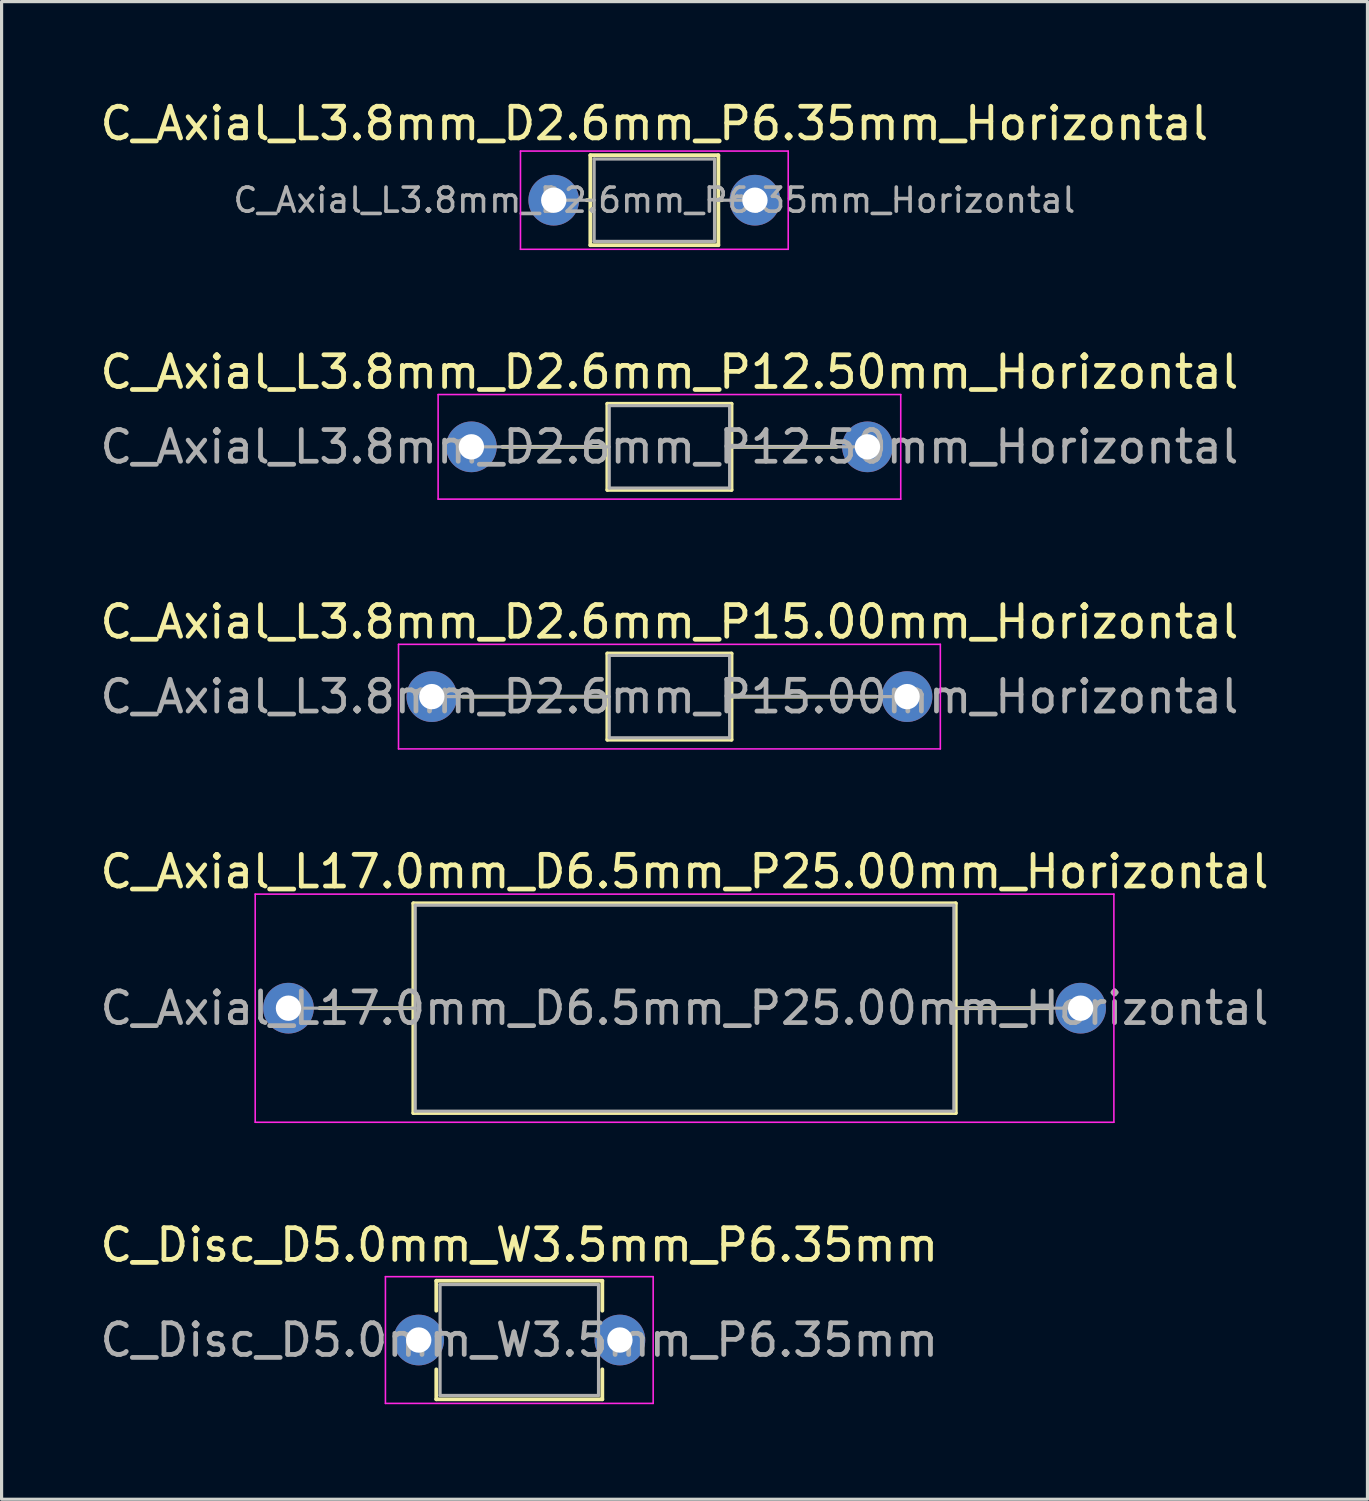
<source format=kicad_pcb>
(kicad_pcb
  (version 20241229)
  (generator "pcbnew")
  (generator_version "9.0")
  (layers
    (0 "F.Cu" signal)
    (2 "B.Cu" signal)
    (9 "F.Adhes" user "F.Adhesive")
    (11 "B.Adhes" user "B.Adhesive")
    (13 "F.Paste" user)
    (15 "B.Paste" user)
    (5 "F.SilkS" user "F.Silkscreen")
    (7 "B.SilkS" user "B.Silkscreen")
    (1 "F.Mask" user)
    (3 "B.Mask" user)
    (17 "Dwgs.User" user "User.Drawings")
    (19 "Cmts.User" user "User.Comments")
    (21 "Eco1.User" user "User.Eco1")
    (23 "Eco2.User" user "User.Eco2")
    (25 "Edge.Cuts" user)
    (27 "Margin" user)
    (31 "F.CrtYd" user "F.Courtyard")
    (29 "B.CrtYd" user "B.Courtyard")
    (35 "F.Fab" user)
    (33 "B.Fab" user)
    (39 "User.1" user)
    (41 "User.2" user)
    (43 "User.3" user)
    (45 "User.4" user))
  (footprint "C_Disc_D5.0mm_W3.5mm_P6.35mm"
    (layer "F.Cu")
    (at 10.164 39.241)
    (property "Reference" "C_Disc_D5.0mm_W3.5mm_P6.35mm" (at 3.175 -3 0) (layer "F.SilkS") (effects (font (size 1 1) (thickness 0.15))))
    (attr through_hole)
    (fp_line (start 0.555 -1.87) (end 0.555 -0.925) (stroke (width 0.12) (type solid)) (layer "F.SilkS"))
    (fp_line (start 0.555 -1.87) (end 5.795 -1.87) (stroke (width 0.12) (type solid)) (layer "F.SilkS"))
    (fp_line (start 0.555 0.925) (end 0.555 1.87) (stroke (width 0.12) (type solid)) (layer "F.SilkS"))
    (fp_line (start 0.555 1.87) (end 5.795 1.87) (stroke (width 0.12) (type solid)) (layer "F.SilkS"))
    (fp_line (start 5.795 -1.87) (end 5.795 -0.925) (stroke (width 0.12) (type solid)) (layer "F.SilkS"))
    (fp_line (start 5.795 0.925) (end 5.795 1.87) (stroke (width 0.12) (type solid)) (layer "F.SilkS"))
    (fp_line (start -1.05 -2) (end -1.05 2) (stroke (width 0.05) (type solid)) (layer "F.CrtYd"))
    (fp_line (start -1.05 2) (end 7.4 2) (stroke (width 0.05) (type solid)) (layer "F.CrtYd"))
    (fp_line (start 7.4 -2) (end -1.05 -2) (stroke (width 0.05) (type solid)) (layer "F.CrtYd"))
    (fp_line (start 7.4 2) (end 7.4 -2) (stroke (width 0.05) (type solid)) (layer "F.CrtYd"))
    (fp_line (start 0.675 -1.75) (end 0.675 1.75) (stroke (width 0.1) (type solid)) (layer "F.Fab"))
    (fp_line (start 0.675 1.75) (end 5.675 1.75) (stroke (width 0.1) (type solid)) (layer "F.Fab"))
    (fp_line (start 5.675 -1.75) (end 0.675 -1.75) (stroke (width 0.1) (type solid)) (layer "F.Fab"))
    (fp_line (start 5.675 1.75) (end 5.675 -1.75) (stroke (width 0.1) (type solid)) (layer "F.Fab"))
    (fp_text user "${REFERENCE}" (at 3.175 0 0) (layer "F.Fab") (effects (font (size 1 1) (thickness 0.15))))
    (pad "1" thru_hole circle (at 0 0) (size 1.6 1.6) (drill 0.8) (layers "*.Cu" "*.Mask"))
    (pad "2" thru_hole circle (at 6.35 0) (size 1.6 1.6) (drill 0.8) (layers "*.Cu" "*.Mask")))
  (footprint "C_Axial_L3.8mm_D2.6mm_P6.35mm_Horizontal"
    (layer "F.Cu")
    (at 14.426 3.268)
    (property "Reference" "C_Axial_L3.8mm_D2.6mm_P6.35mm_Horizontal" (at 3.175 -2.42 0) (layer "F.SilkS") (effects (font (size 1 1) (thickness 0.15))))
    (attr through_hole)
    (fp_line (start 1.04 0) (end 1.155 0) (stroke (width 0.12) (type solid)) (layer "F.SilkS"))
    (fp_line (start 1.155 -1.42) (end 1.155 1.42) (stroke (width 0.12) (type solid)) (layer "F.SilkS"))
    (fp_line (start 1.155 1.42) (end 5.195 1.42) (stroke (width 0.12) (type solid)) (layer "F.SilkS"))
    (fp_line (start 5.195 -1.42) (end 1.155 -1.42) (stroke (width 0.12) (type solid)) (layer "F.SilkS"))
    (fp_line (start 5.195 1.42) (end 5.195 -1.42) (stroke (width 0.12) (type solid)) (layer "F.SilkS"))
    (fp_line (start 5.31 0) (end 5.195 0) (stroke (width 0.12) (type solid)) (layer "F.SilkS"))
    (fp_line (start -1.05 -1.55) (end -1.05 1.55) (stroke (width 0.05) (type solid)) (layer "F.CrtYd"))
    (fp_line (start -1.05 1.55) (end 7.4 1.55) (stroke (width 0.05) (type solid)) (layer "F.CrtYd"))
    (fp_line (start 7.4 -1.55) (end -1.05 -1.55) (stroke (width 0.05) (type solid)) (layer "F.CrtYd"))
    (fp_line (start 7.4 1.55) (end 7.4 -1.55) (stroke (width 0.05) (type solid)) (layer "F.CrtYd"))
    (fp_line (start 0 0) (end 1.275 0) (stroke (width 0.1) (type solid)) (layer "F.Fab"))
    (fp_line (start 1.275 -1.3) (end 1.275 1.3) (stroke (width 0.1) (type solid)) (layer "F.Fab"))
    (fp_line (start 1.275 1.3) (end 5.075 1.3) (stroke (width 0.1) (type solid)) (layer "F.Fab"))
    (fp_line (start 5.075 -1.3) (end 1.275 -1.3) (stroke (width 0.1) (type solid)) (layer "F.Fab"))
    (fp_line (start 5.075 1.3) (end 5.075 -1.3) (stroke (width 0.1) (type solid)) (layer "F.Fab"))
    (fp_line (start 6.35 0) (end 5.075 0) (stroke (width 0.1) (type solid)) (layer "F.Fab"))
    (fp_text user "${REFERENCE}" (at 3.175 0 0) (layer "F.Fab") (effects (font (size 0.76 0.76) (thickness 0.114))))
    (pad "1" thru_hole circle (at 0 0) (size 1.6 1.6) (drill 0.8) (layers "*.Cu" "*.Mask"))
    (pad "2" thru_hole circle (at 6.35 0) (size 1.6 1.6) (drill 0.8) (layers "*.Cu" "*.Mask")))
  (footprint "C_Axial_L3.8mm_D2.6mm_P12.50mm_Horizontal"
    (layer "F.Cu")
    (at 11.827 11.052)
    (property "Reference" "C_Axial_L3.8mm_D2.6mm_P12.50mm_Horizontal" (at 6.25 -2.36 0) (layer "F.SilkS") (effects (font (size 1 1) (thickness 0.15))))
    (attr through_hole)
    (fp_line (start 0.98 0) (end 4.29 0) (stroke (width 0.12) (type solid)) (layer "F.SilkS"))
    (fp_line (start 4.29 -1.36) (end 4.29 1.36) (stroke (width 0.12) (type solid)) (layer "F.SilkS"))
    (fp_line (start 4.29 1.36) (end 8.21 1.36) (stroke (width 0.12) (type solid)) (layer "F.SilkS"))
    (fp_line (start 8.21 -1.36) (end 4.29 -1.36) (stroke (width 0.12) (type solid)) (layer "F.SilkS"))
    (fp_line (start 8.21 1.36) (end 8.21 -1.36) (stroke (width 0.12) (type solid)) (layer "F.SilkS"))
    (fp_line (start 11.52 0) (end 8.21 0) (stroke (width 0.12) (type solid)) (layer "F.SilkS"))
    (fp_line (start -1.05 -1.65) (end -1.05 1.65) (stroke (width 0.05) (type solid)) (layer "F.CrtYd"))
    (fp_line (start -1.05 1.65) (end 13.55 1.65) (stroke (width 0.05) (type solid)) (layer "F.CrtYd"))
    (fp_line (start 13.55 -1.65) (end -1.05 -1.65) (stroke (width 0.05) (type solid)) (layer "F.CrtYd"))
    (fp_line (start 13.55 1.65) (end 13.55 -1.65) (stroke (width 0.05) (type solid)) (layer "F.CrtYd"))
    (fp_line (start 0 0) (end 4.35 0) (stroke (width 0.1) (type solid)) (layer "F.Fab"))
    (fp_line (start 4.35 -1.3) (end 4.35 1.3) (stroke (width 0.1) (type solid)) (layer "F.Fab"))
    (fp_line (start 4.35 1.3) (end 8.15 1.3) (stroke (width 0.1) (type solid)) (layer "F.Fab"))
    (fp_line (start 8.15 -1.3) (end 4.35 -1.3) (stroke (width 0.1) (type solid)) (layer "F.Fab"))
    (fp_line (start 8.15 1.3) (end 8.15 -1.3) (stroke (width 0.1) (type solid)) (layer "F.Fab"))
    (fp_line (start 12.5 0) (end 8.15 0) (stroke (width 0.1) (type solid)) (layer "F.Fab"))
    (fp_text user "${REFERENCE}" (at 6.25 0 0) (layer "F.Fab") (effects (font (size 1 1) (thickness 0.15))))
    (pad "1" thru_hole circle (at 0 0) (size 1.6 1.6) (drill 0.8) (layers "*.Cu" "*.Mask"))
    (pad "2" thru_hole oval (at 12.5 0) (size 1.6 1.6) (drill 0.8) (layers "*.Cu" "*.Mask")))
  (footprint "C_Axial_L3.8mm_D2.6mm_P15.00mm_Horizontal"
    (layer "F.Cu")
    (at 10.577 18.935)
    (property "Reference" "C_Axial_L3.8mm_D2.6mm_P15.00mm_Horizontal" (at 7.5 -2.36 0) (layer "F.SilkS") (effects (font (size 1 1) (thickness 0.15))))
    (attr through_hole)
    (fp_line (start 0.98 0) (end 5.54 0) (stroke (width 0.12) (type solid)) (layer "F.SilkS"))
    (fp_line (start 5.54 -1.36) (end 5.54 1.36) (stroke (width 0.12) (type solid)) (layer "F.SilkS"))
    (fp_line (start 5.54 1.36) (end 9.46 1.36) (stroke (width 0.12) (type solid)) (layer "F.SilkS"))
    (fp_line (start 9.46 -1.36) (end 5.54 -1.36) (stroke (width 0.12) (type solid)) (layer "F.SilkS"))
    (fp_line (start 9.46 1.36) (end 9.46 -1.36) (stroke (width 0.12) (type solid)) (layer "F.SilkS"))
    (fp_line (start 14.02 0) (end 9.46 0) (stroke (width 0.12) (type solid)) (layer "F.SilkS"))
    (fp_line (start -1.05 -1.65) (end -1.05 1.65) (stroke (width 0.05) (type solid)) (layer "F.CrtYd"))
    (fp_line (start -1.05 1.65) (end 16.05 1.65) (stroke (width 0.05) (type solid)) (layer "F.CrtYd"))
    (fp_line (start 16.05 -1.65) (end -1.05 -1.65) (stroke (width 0.05) (type solid)) (layer "F.CrtYd"))
    (fp_line (start 16.05 1.65) (end 16.05 -1.65) (stroke (width 0.05) (type solid)) (layer "F.CrtYd"))
    (fp_line (start 0 0) (end 5.6 0) (stroke (width 0.1) (type solid)) (layer "F.Fab"))
    (fp_line (start 5.6 -1.3) (end 5.6 1.3) (stroke (width 0.1) (type solid)) (layer "F.Fab"))
    (fp_line (start 5.6 1.3) (end 9.4 1.3) (stroke (width 0.1) (type solid)) (layer "F.Fab"))
    (fp_line (start 9.4 -1.3) (end 5.6 -1.3) (stroke (width 0.1) (type solid)) (layer "F.Fab"))
    (fp_line (start 9.4 1.3) (end 9.4 -1.3) (stroke (width 0.1) (type solid)) (layer "F.Fab"))
    (fp_line (start 15 0) (end 9.4 0) (stroke (width 0.1) (type solid)) (layer "F.Fab"))
    (fp_text user "${REFERENCE}" (at 7.5 0 0) (layer "F.Fab") (effects (font (size 1 1) (thickness 0.15))))
    (pad "1" thru_hole circle (at 0 0) (size 1.6 1.6) (drill 0.8) (layers "*.Cu" "*.Mask"))
    (pad "2" thru_hole oval (at 15 0) (size 1.6 1.6) (drill 0.8) (layers "*.Cu" "*.Mask")))
  (footprint "C_Axial_L17.0mm_D6.5mm_P25.00mm_Horizontal"
    (layer "F.Cu")
    (at 6.054 28.768)
    (property "Reference" "C_Axial_L17.0mm_D6.5mm_P25.00mm_Horizontal" (at 12.5 -4.31 0) (layer "F.SilkS") (effects (font (size 1 1) (thickness 0.15))))
    (attr through_hole)
    (fp_line (start 0.98 0) (end 3.94 0) (stroke (width 0.12) (type solid)) (layer "F.SilkS"))
    (fp_line (start 3.94 -3.31) (end 3.94 3.31) (stroke (width 0.12) (type solid)) (layer "F.SilkS"))
    (fp_line (start 3.94 3.31) (end 21.06 3.31) (stroke (width 0.12) (type solid)) (layer "F.SilkS"))
    (fp_line (start 21.06 -3.31) (end 3.94 -3.31) (stroke (width 0.12) (type solid)) (layer "F.SilkS"))
    (fp_line (start 21.06 3.31) (end 21.06 -3.31) (stroke (width 0.12) (type solid)) (layer "F.SilkS"))
    (fp_line (start 24.02 0) (end 21.06 0) (stroke (width 0.12) (type solid)) (layer "F.SilkS"))
    (fp_line (start -1.05 -3.6) (end -1.05 3.6) (stroke (width 0.05) (type solid)) (layer "F.CrtYd"))
    (fp_line (start -1.05 3.6) (end 26.05 3.6) (stroke (width 0.05) (type solid)) (layer "F.CrtYd"))
    (fp_line (start 26.05 -3.6) (end -1.05 -3.6) (stroke (width 0.05) (type solid)) (layer "F.CrtYd"))
    (fp_line (start 26.05 3.6) (end 26.05 -3.6) (stroke (width 0.05) (type solid)) (layer "F.CrtYd"))
    (fp_line (start 0 0) (end 4 0) (stroke (width 0.1) (type solid)) (layer "F.Fab"))
    (fp_line (start 4 -3.25) (end 4 3.25) (stroke (width 0.1) (type solid)) (layer "F.Fab"))
    (fp_line (start 4 3.25) (end 21 3.25) (stroke (width 0.1) (type solid)) (layer "F.Fab"))
    (fp_line (start 21 -3.25) (end 4 -3.25) (stroke (width 0.1) (type solid)) (layer "F.Fab"))
    (fp_line (start 21 3.25) (end 21 -3.25) (stroke (width 0.1) (type solid)) (layer "F.Fab"))
    (fp_line (start 25 0) (end 21 0) (stroke (width 0.1) (type solid)) (layer "F.Fab"))
    (fp_text user "${REFERENCE}" (at 12.5 0 0) (layer "F.Fab") (effects (font (size 1 1) (thickness 0.15))))
    (pad "1" thru_hole circle (at 0 0) (size 1.6 1.6) (drill 0.8) (layers "*.Cu" "*.Mask"))
    (pad "2" thru_hole oval (at 25 0) (size 1.6 1.6) (drill 0.8) (layers "*.Cu" "*.Mask")))
  (gr_rect
    (start -3 -3)
    (end 40.107 44.266)
    (stroke (width 0.1) (type default))
    (fill no)
    (layer "Edge.Cuts")))
</source>
